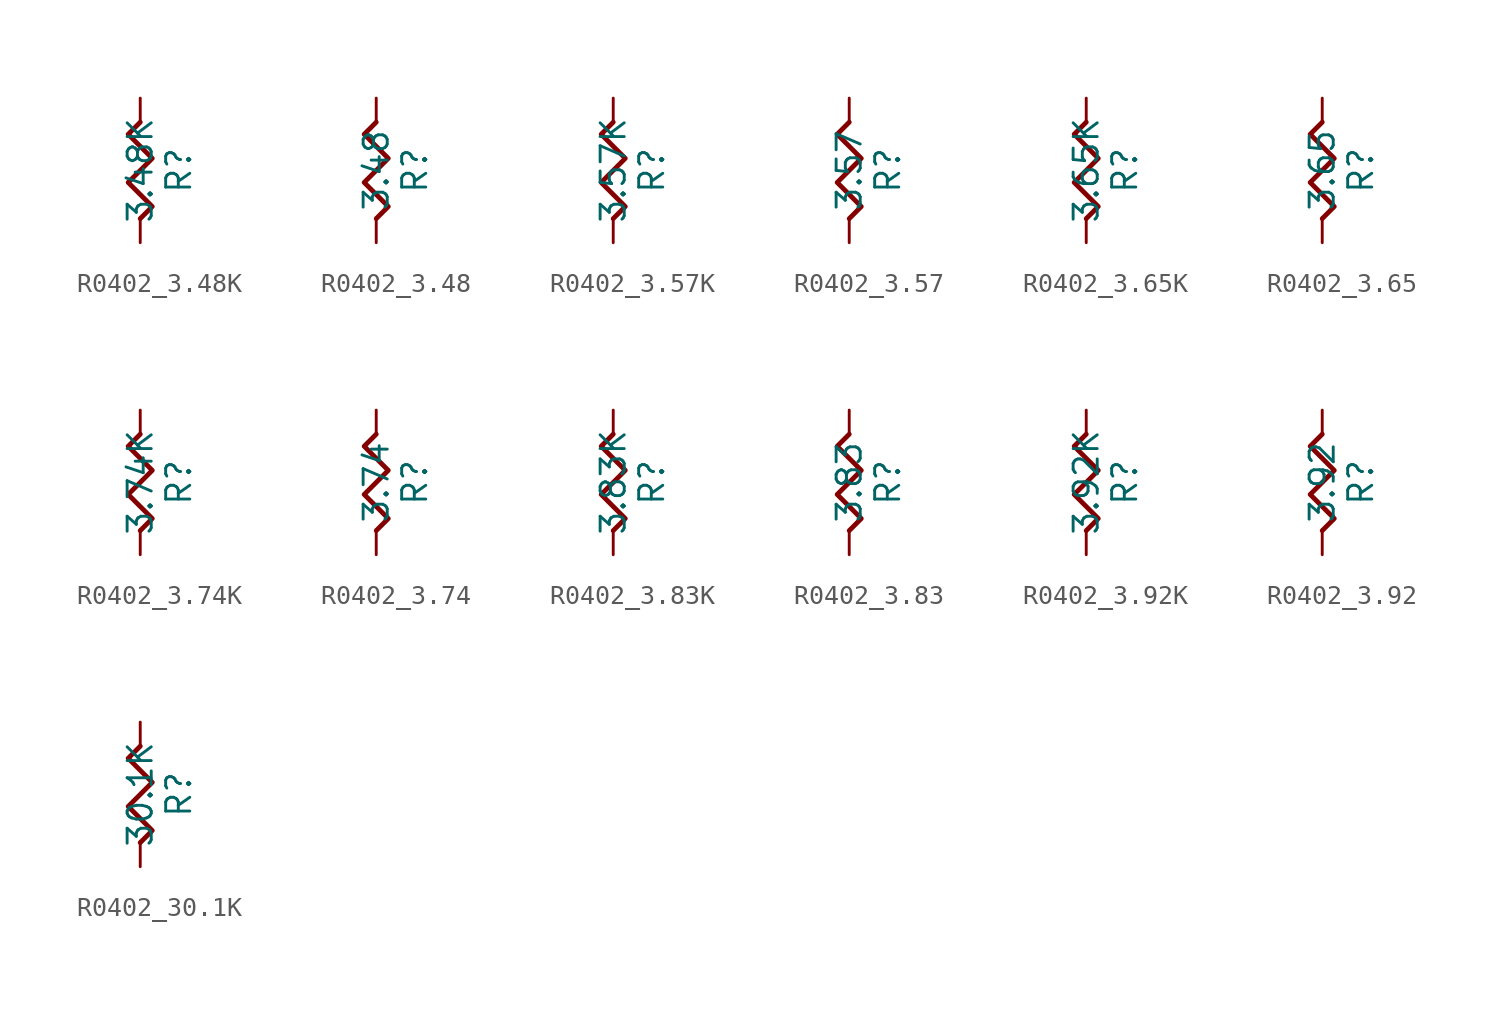
<source format=kicad_sym>
(kicad_symbol_lib
  (version 20211014)
  (generator atlantix-eda)
  (symbol "R0402_3.48K"
    (pin_numbers hide)
    (pin_names
      (offset 0))
    (property "Reference" "R"
      (at 2.032 0 90)
      (effects (font (size 1.27 1.27))))
    (property "Value" "3.48K"
      (at 0 0 90)
      (effects (font (size 1.27 1.27))))
    (symbol "R0402_3.48K_0_1"
      (polyline (pts (xy 0 -2.54) (xy 0.635 -1.905) (xy -0.635 -0.635) (xy 0.635 0.635) (xy -0.635 1.905) (xy 0 2.54)) (stroke (width 0.254) (type default) (color 0 0 0 0)) (fill (type none))))
    (symbol "R0402_3.48K_1_1"
      (pin passive line (at 0 3.81 270) (length 1.27) (name "~" (effects (font (size 1.27 1.27)))) (number "1" (effects (font (size 1.27 1.27)))))
      (pin passive line (at 0 -3.81 90) (length 1.27) (name "~" (effects (font (size 1.27 1.27)))) (number "2" (effects (font (size 1.27 1.27)))))))
  (symbol "R0402_3.48"
    (pin_numbers hide)
    (pin_names
      (offset 0))
    (property "Reference" "R"
      (at 2.032 0 90)
      (effects (font (size 1.27 1.27))))
    (property "Value" "3.48"
      (at 0 0 90)
      (effects (font (size 1.27 1.27))))
    (symbol "R0402_3.48_0_1"
      (polyline (pts (xy 0 -2.54) (xy 0.635 -1.905) (xy -0.635 -0.635) (xy 0.635 0.635) (xy -0.635 1.905) (xy 0 2.54)) (stroke (width 0.254) (type default) (color 0 0 0 0)) (fill (type none))))
    (symbol "R0402_3.48_1_1"
      (pin passive line (at 0 3.81 270) (length 1.27) (name "~" (effects (font (size 1.27 1.27)))) (number "1" (effects (font (size 1.27 1.27)))))
      (pin passive line (at 0 -3.81 90) (length 1.27) (name "~" (effects (font (size 1.27 1.27)))) (number "2" (effects (font (size 1.27 1.27)))))))
  (symbol "R0402_3.57K"
    (pin_numbers hide)
    (pin_names
      (offset 0))
    (property "Reference" "R"
      (at 2.032 0 90)
      (effects (font (size 1.27 1.27))))
    (property "Value" "3.57K"
      (at 0 0 90)
      (effects (font (size 1.27 1.27))))
    (symbol "R0402_3.57K_0_1"
      (polyline (pts (xy 0 -2.54) (xy 0.635 -1.905) (xy -0.635 -0.635) (xy 0.635 0.635) (xy -0.635 1.905) (xy 0 2.54)) (stroke (width 0.254) (type default) (color 0 0 0 0)) (fill (type none))))
    (symbol "R0402_3.57K_1_1"
      (pin passive line (at 0 3.81 270) (length 1.27) (name "~" (effects (font (size 1.27 1.27)))) (number "1" (effects (font (size 1.27 1.27)))))
      (pin passive line (at 0 -3.81 90) (length 1.27) (name "~" (effects (font (size 1.27 1.27)))) (number "2" (effects (font (size 1.27 1.27)))))))
  (symbol "R0402_3.57"
    (pin_numbers hide)
    (pin_names
      (offset 0))
    (property "Reference" "R"
      (at 2.032 0 90)
      (effects (font (size 1.27 1.27))))
    (property "Value" "3.57"
      (at 0 0 90)
      (effects (font (size 1.27 1.27))))
    (symbol "R0402_3.57_0_1"
      (polyline (pts (xy 0 -2.54) (xy 0.635 -1.905) (xy -0.635 -0.635) (xy 0.635 0.635) (xy -0.635 1.905) (xy 0 2.54)) (stroke (width 0.254) (type default) (color 0 0 0 0)) (fill (type none))))
    (symbol "R0402_3.57_1_1"
      (pin passive line (at 0 3.81 270) (length 1.27) (name "~" (effects (font (size 1.27 1.27)))) (number "1" (effects (font (size 1.27 1.27)))))
      (pin passive line (at 0 -3.81 90) (length 1.27) (name "~" (effects (font (size 1.27 1.27)))) (number "2" (effects (font (size 1.27 1.27)))))))
  (symbol "R0402_3.65K"
    (pin_numbers hide)
    (pin_names
      (offset 0))
    (property "Reference" "R"
      (at 2.032 0 90)
      (effects (font (size 1.27 1.27))))
    (property "Value" "3.65K"
      (at 0 0 90)
      (effects (font (size 1.27 1.27))))
    (symbol "R0402_3.65K_0_1"
      (polyline (pts (xy 0 -2.54) (xy 0.635 -1.905) (xy -0.635 -0.635) (xy 0.635 0.635) (xy -0.635 1.905) (xy 0 2.54)) (stroke (width 0.254) (type default) (color 0 0 0 0)) (fill (type none))))
    (symbol "R0402_3.65K_1_1"
      (pin passive line (at 0 3.81 270) (length 1.27) (name "~" (effects (font (size 1.27 1.27)))) (number "1" (effects (font (size 1.27 1.27)))))
      (pin passive line (at 0 -3.81 90) (length 1.27) (name "~" (effects (font (size 1.27 1.27)))) (number "2" (effects (font (size 1.27 1.27)))))))
  (symbol "R0402_3.65"
    (pin_numbers hide)
    (pin_names
      (offset 0))
    (property "Reference" "R"
      (at 2.032 0 90)
      (effects (font (size 1.27 1.27))))
    (property "Value" "3.65"
      (at 0 0 90)
      (effects (font (size 1.27 1.27))))
    (symbol "R0402_3.65_0_1"
      (polyline (pts (xy 0 -2.54) (xy 0.635 -1.905) (xy -0.635 -0.635) (xy 0.635 0.635) (xy -0.635 1.905) (xy 0 2.54)) (stroke (width 0.254) (type default) (color 0 0 0 0)) (fill (type none))))
    (symbol "R0402_3.65_1_1"
      (pin passive line (at 0 3.81 270) (length 1.27) (name "~" (effects (font (size 1.27 1.27)))) (number "1" (effects (font (size 1.27 1.27)))))
      (pin passive line (at 0 -3.81 90) (length 1.27) (name "~" (effects (font (size 1.27 1.27)))) (number "2" (effects (font (size 1.27 1.27)))))))
  (symbol "R0402_3.74K"
    (pin_numbers hide)
    (pin_names
      (offset 0))
    (property "Reference" "R"
      (at 2.032 0 90)
      (effects (font (size 1.27 1.27))))
    (property "Value" "3.74K"
      (at 0 0 90)
      (effects (font (size 1.27 1.27))))
    (symbol "R0402_3.74K_0_1"
      (polyline (pts (xy 0 -2.54) (xy 0.635 -1.905) (xy -0.635 -0.635) (xy 0.635 0.635) (xy -0.635 1.905) (xy 0 2.54)) (stroke (width 0.254) (type default) (color 0 0 0 0)) (fill (type none))))
    (symbol "R0402_3.74K_1_1"
      (pin passive line (at 0 3.81 270) (length 1.27) (name "~" (effects (font (size 1.27 1.27)))) (number "1" (effects (font (size 1.27 1.27)))))
      (pin passive line (at 0 -3.81 90) (length 1.27) (name "~" (effects (font (size 1.27 1.27)))) (number "2" (effects (font (size 1.27 1.27)))))))
  (symbol "R0402_3.74"
    (pin_numbers hide)
    (pin_names
      (offset 0))
    (property "Reference" "R"
      (at 2.032 0 90)
      (effects (font (size 1.27 1.27))))
    (property "Value" "3.74"
      (at 0 0 90)
      (effects (font (size 1.27 1.27))))
    (symbol "R0402_3.74_0_1"
      (polyline (pts (xy 0 -2.54) (xy 0.635 -1.905) (xy -0.635 -0.635) (xy 0.635 0.635) (xy -0.635 1.905) (xy 0 2.54)) (stroke (width 0.254) (type default) (color 0 0 0 0)) (fill (type none))))
    (symbol "R0402_3.74_1_1"
      (pin passive line (at 0 3.81 270) (length 1.27) (name "~" (effects (font (size 1.27 1.27)))) (number "1" (effects (font (size 1.27 1.27)))))
      (pin passive line (at 0 -3.81 90) (length 1.27) (name "~" (effects (font (size 1.27 1.27)))) (number "2" (effects (font (size 1.27 1.27)))))))
  (symbol "R0402_3.83K"
    (pin_numbers hide)
    (pin_names
      (offset 0))
    (property "Reference" "R"
      (at 2.032 0 90)
      (effects (font (size 1.27 1.27))))
    (property "Value" "3.83K"
      (at 0 0 90)
      (effects (font (size 1.27 1.27))))
    (symbol "R0402_3.83K_0_1"
      (polyline (pts (xy 0 -2.54) (xy 0.635 -1.905) (xy -0.635 -0.635) (xy 0.635 0.635) (xy -0.635 1.905) (xy 0 2.54)) (stroke (width 0.254) (type default) (color 0 0 0 0)) (fill (type none))))
    (symbol "R0402_3.83K_1_1"
      (pin passive line (at 0 3.81 270) (length 1.27) (name "~" (effects (font (size 1.27 1.27)))) (number "1" (effects (font (size 1.27 1.27)))))
      (pin passive line (at 0 -3.81 90) (length 1.27) (name "~" (effects (font (size 1.27 1.27)))) (number "2" (effects (font (size 1.27 1.27)))))))
  (symbol "R0402_3.83"
    (pin_numbers hide)
    (pin_names
      (offset 0))
    (property "Reference" "R"
      (at 2.032 0 90)
      (effects (font (size 1.27 1.27))))
    (property "Value" "3.83"
      (at 0 0 90)
      (effects (font (size 1.27 1.27))))
    (symbol "R0402_3.83_0_1"
      (polyline (pts (xy 0 -2.54) (xy 0.635 -1.905) (xy -0.635 -0.635) (xy 0.635 0.635) (xy -0.635 1.905) (xy 0 2.54)) (stroke (width 0.254) (type default) (color 0 0 0 0)) (fill (type none))))
    (symbol "R0402_3.83_1_1"
      (pin passive line (at 0 3.81 270) (length 1.27) (name "~" (effects (font (size 1.27 1.27)))) (number "1" (effects (font (size 1.27 1.27)))))
      (pin passive line (at 0 -3.81 90) (length 1.27) (name "~" (effects (font (size 1.27 1.27)))) (number "2" (effects (font (size 1.27 1.27)))))))
  (symbol "R0402_3.92K"
    (pin_numbers hide)
    (pin_names
      (offset 0))
    (property "Reference" "R"
      (at 2.032 0 90)
      (effects (font (size 1.27 1.27))))
    (property "Value" "3.92K"
      (at 0 0 90)
      (effects (font (size 1.27 1.27))))
    (symbol "R0402_3.92K_0_1"
      (polyline (pts (xy 0 -2.54) (xy 0.635 -1.905) (xy -0.635 -0.635) (xy 0.635 0.635) (xy -0.635 1.905) (xy 0 2.54)) (stroke (width 0.254) (type default) (color 0 0 0 0)) (fill (type none))))
    (symbol "R0402_3.92K_1_1"
      (pin passive line (at 0 3.81 270) (length 1.27) (name "~" (effects (font (size 1.27 1.27)))) (number "1" (effects (font (size 1.27 1.27)))))
      (pin passive line (at 0 -3.81 90) (length 1.27) (name "~" (effects (font (size 1.27 1.27)))) (number "2" (effects (font (size 1.27 1.27)))))))
  (symbol "R0402_3.92"
    (pin_numbers hide)
    (pin_names
      (offset 0))
    (property "Reference" "R"
      (at 2.032 0 90)
      (effects (font (size 1.27 1.27))))
    (property "Value" "3.92"
      (at 0 0 90)
      (effects (font (size 1.27 1.27))))
    (symbol "R0402_3.92_0_1"
      (polyline (pts (xy 0 -2.54) (xy 0.635 -1.905) (xy -0.635 -0.635) (xy 0.635 0.635) (xy -0.635 1.905) (xy 0 2.54)) (stroke (width 0.254) (type default) (color 0 0 0 0)) (fill (type none))))
    (symbol "R0402_3.92_1_1"
      (pin passive line (at 0 3.81 270) (length 1.27) (name "~" (effects (font (size 1.27 1.27)))) (number "1" (effects (font (size 1.27 1.27)))))
      (pin passive line (at 0 -3.81 90) (length 1.27) (name "~" (effects (font (size 1.27 1.27)))) (number "2" (effects (font (size 1.27 1.27)))))))
  (symbol "R0402_30.1K"
    (pin_numbers hide)
    (pin_names
      (offset 0))
    (property "Reference" "R"
      (at 2.032 0 90)
      (effects (font (size 1.27 1.27))))
    (property "Value" "30.1K"
      (at 0 0 90)
      (effects (font (size 1.27 1.27))))
    (symbol "R0402_30.1K_0_1"
      (polyline (pts (xy 0 -2.54) (xy 0.635 -1.905) (xy -0.635 -0.635) (xy 0.635 0.635) (xy -0.635 1.905) (xy 0 2.54)) (stroke (width 0.254) (type default) (color 0 0 0 0)) (fill (type none))))
    (symbol "R0402_30.1K_1_1"
      (pin passive line (at 0 3.81 270) (length 1.27) (name "~" (effects (font (size 1.27 1.27)))) (number "1" (effects (font (size 1.27 1.27)))))
      (pin passive line (at 0 -3.81 90) (length 1.27) (name "~" (effects (font (size 1.27 1.27)))) (number "2" (effects (font (size 1.27 1.27))))))))
</source>
